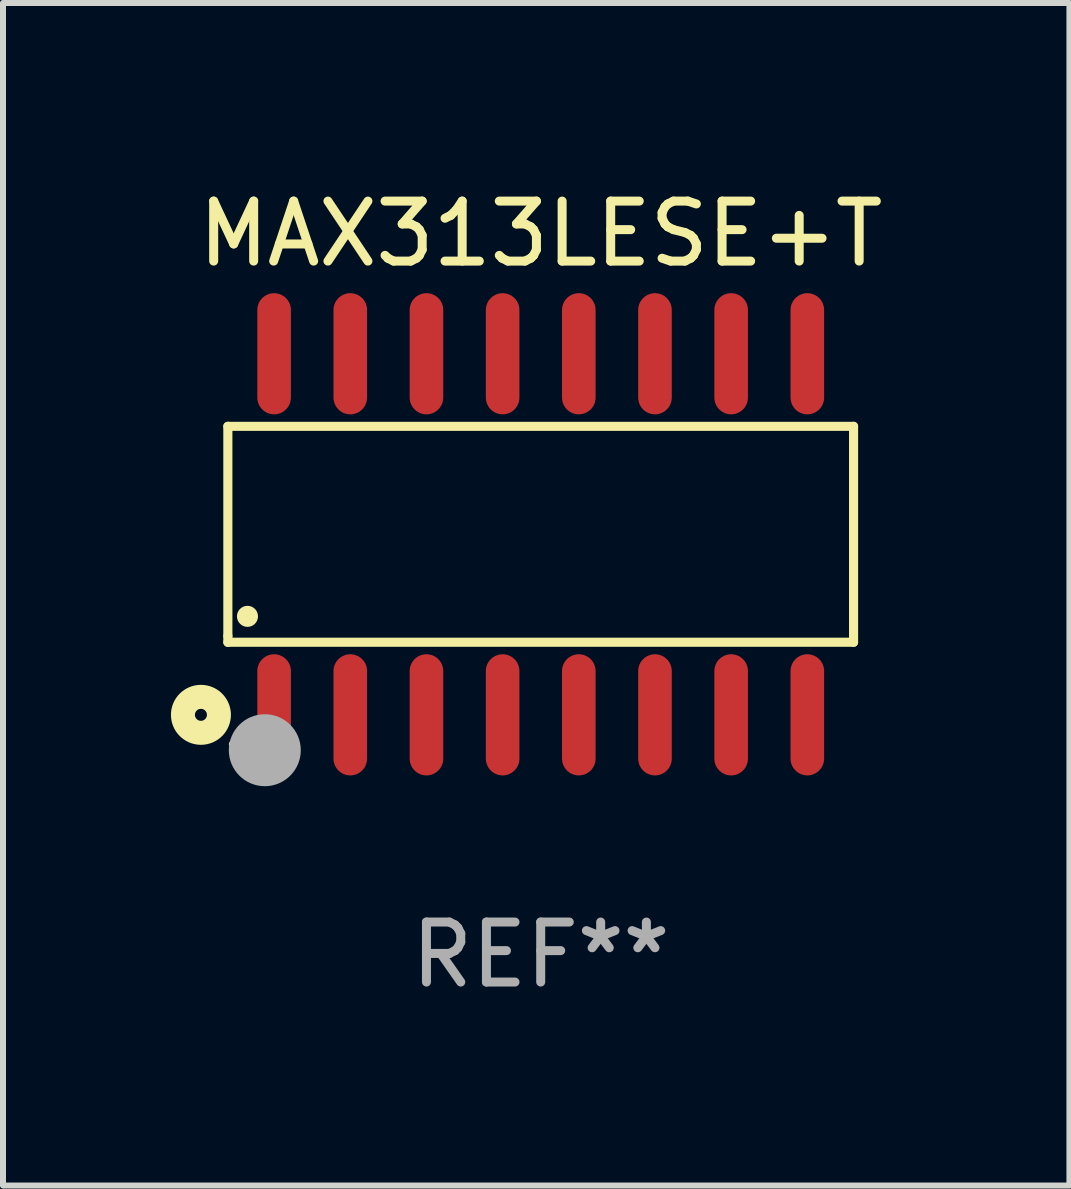
<source format=kicad_pcb>
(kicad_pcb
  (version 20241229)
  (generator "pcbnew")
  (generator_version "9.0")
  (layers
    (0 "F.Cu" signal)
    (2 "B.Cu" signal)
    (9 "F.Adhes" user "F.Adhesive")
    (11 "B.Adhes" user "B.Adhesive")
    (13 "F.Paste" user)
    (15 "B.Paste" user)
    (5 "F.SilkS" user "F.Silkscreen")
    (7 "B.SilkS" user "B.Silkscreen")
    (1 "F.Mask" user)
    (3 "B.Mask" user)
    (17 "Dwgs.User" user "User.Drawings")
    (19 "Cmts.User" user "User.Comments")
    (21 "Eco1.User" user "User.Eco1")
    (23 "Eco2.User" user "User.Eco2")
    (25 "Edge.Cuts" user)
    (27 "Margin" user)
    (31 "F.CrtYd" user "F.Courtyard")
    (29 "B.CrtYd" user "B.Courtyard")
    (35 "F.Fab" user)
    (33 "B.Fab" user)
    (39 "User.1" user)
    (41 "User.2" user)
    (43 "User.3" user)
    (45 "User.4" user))
  (footprint "MAX313LESE+T"
    (layer "F.Cu")
    (at 5.965 5.858)
    (property "Reference" "MAX313LESE+T" (at 0 -5.01 0) (layer "F.SilkS") (effects (font (size 1 1) (thickness 0.15))))
    (attr through_hole)
    (fp_line (start -5.216 -1.8) (end 5.216 -1.8) (stroke (width 0.152) (type solid)) (layer "F.SilkS"))
    (fp_line (start -5.216 1.695) (end -5.216 -1.8) (stroke (width 0.152) (type solid)) (layer "F.SilkS"))
    (fp_line (start -5.216 1.8) (end -5.216 1.695) (stroke (width 0.152) (type solid)) (layer "F.SilkS"))
    (fp_line (start 5.216 -1.8) (end 5.216 1.8) (stroke (width 0.152) (type solid)) (layer "F.SilkS"))
    (fp_line (start 5.216 1.8) (end -5.216 1.8) (stroke (width 0.152) (type solid)) (layer "F.SilkS"))
    (fp_circle (center -5.665 3.01) (end -5.565 3.01) (stroke (width 0.4) (type solid)) (fill no) (layer "F.SilkS"))
    (fp_circle (center -5.14 3.5) (end -5.11 3.5) (stroke (width 0.06) (type solid)) (fill no) (layer "F.SilkS"))
    (fp_circle (center -4.889 1.368) (end -4.801 1.368) (stroke (width 0.175) (type solid)) (fill no) (layer "F.SilkS"))
    (fp_circle (center -4.6 3.6) (end -4.3 3.6) (stroke (width 0.6) (type solid)) (fill no) (layer "F.Fab"))
    (fp_text user "REF**" (at 0 7.01 0) (layer "F.Fab") (effects (font (size 1 1) (thickness 0.15))))
    (pad "1" smd oval (at -4.445 3.01) (size 0.56 2.02) (layers "F.Cu" "F.Mask" "F.Paste"))
    (pad "2" smd oval (at -3.175 3.01) (size 0.56 2.02) (layers "F.Cu" "F.Mask" "F.Paste"))
    (pad "3" smd oval (at -1.905 3.01) (size 0.56 2.02) (layers "F.Cu" "F.Mask" "F.Paste"))
    (pad "4" smd oval (at -0.635 3.01) (size 0.56 2.02) (layers "F.Cu" "F.Mask" "F.Paste"))
    (pad "5" smd oval (at 0.635 3.01) (size 0.56 2.02) (layers "F.Cu" "F.Mask" "F.Paste"))
    (pad "6" smd oval (at 1.905 3.01) (size 0.56 2.02) (layers "F.Cu" "F.Mask" "F.Paste"))
    (pad "7" smd oval (at 3.175 3.01) (size 0.56 2.02) (layers "F.Cu" "F.Mask" "F.Paste"))
    (pad "8" smd oval (at 4.445 3.01) (size 0.56 2.02) (layers "F.Cu" "F.Mask" "F.Paste"))
    (pad "9" smd oval (at 4.445 -3.01) (size 0.56 2.02) (layers "F.Cu" "F.Mask" "F.Paste"))
    (pad "10" smd oval (at 3.175 -3.01) (size 0.56 2.02) (layers "F.Cu" "F.Mask" "F.Paste"))
    (pad "11" smd oval (at 1.905 -3.01) (size 0.56 2.02) (layers "F.Cu" "F.Mask" "F.Paste"))
    (pad "12" smd oval (at 0.635 -3.01) (size 0.56 2.02) (layers "F.Cu" "F.Mask" "F.Paste"))
    (pad "13" smd oval (at -0.635 -3.01) (size 0.56 2.02) (layers "F.Cu" "F.Mask" "F.Paste"))
    (pad "14" smd oval (at -1.905 -3.01) (size 0.56 2.02) (layers "F.Cu" "F.Mask" "F.Paste"))
    (pad "15" smd oval (at -3.175 -3.01) (size 0.56 2.02) (layers "F.Cu" "F.Mask" "F.Paste"))
    (pad "16" smd oval (at -4.445 -3.01) (size 0.56 2.02) (layers "F.Cu" "F.Mask" "F.Paste")))
  (gr_rect
    (start -3 -3)
    (end 14.78 16.716)
    (stroke (width 0.1) (type default))
    (fill no)
    (layer "Edge.Cuts")))
</source>
